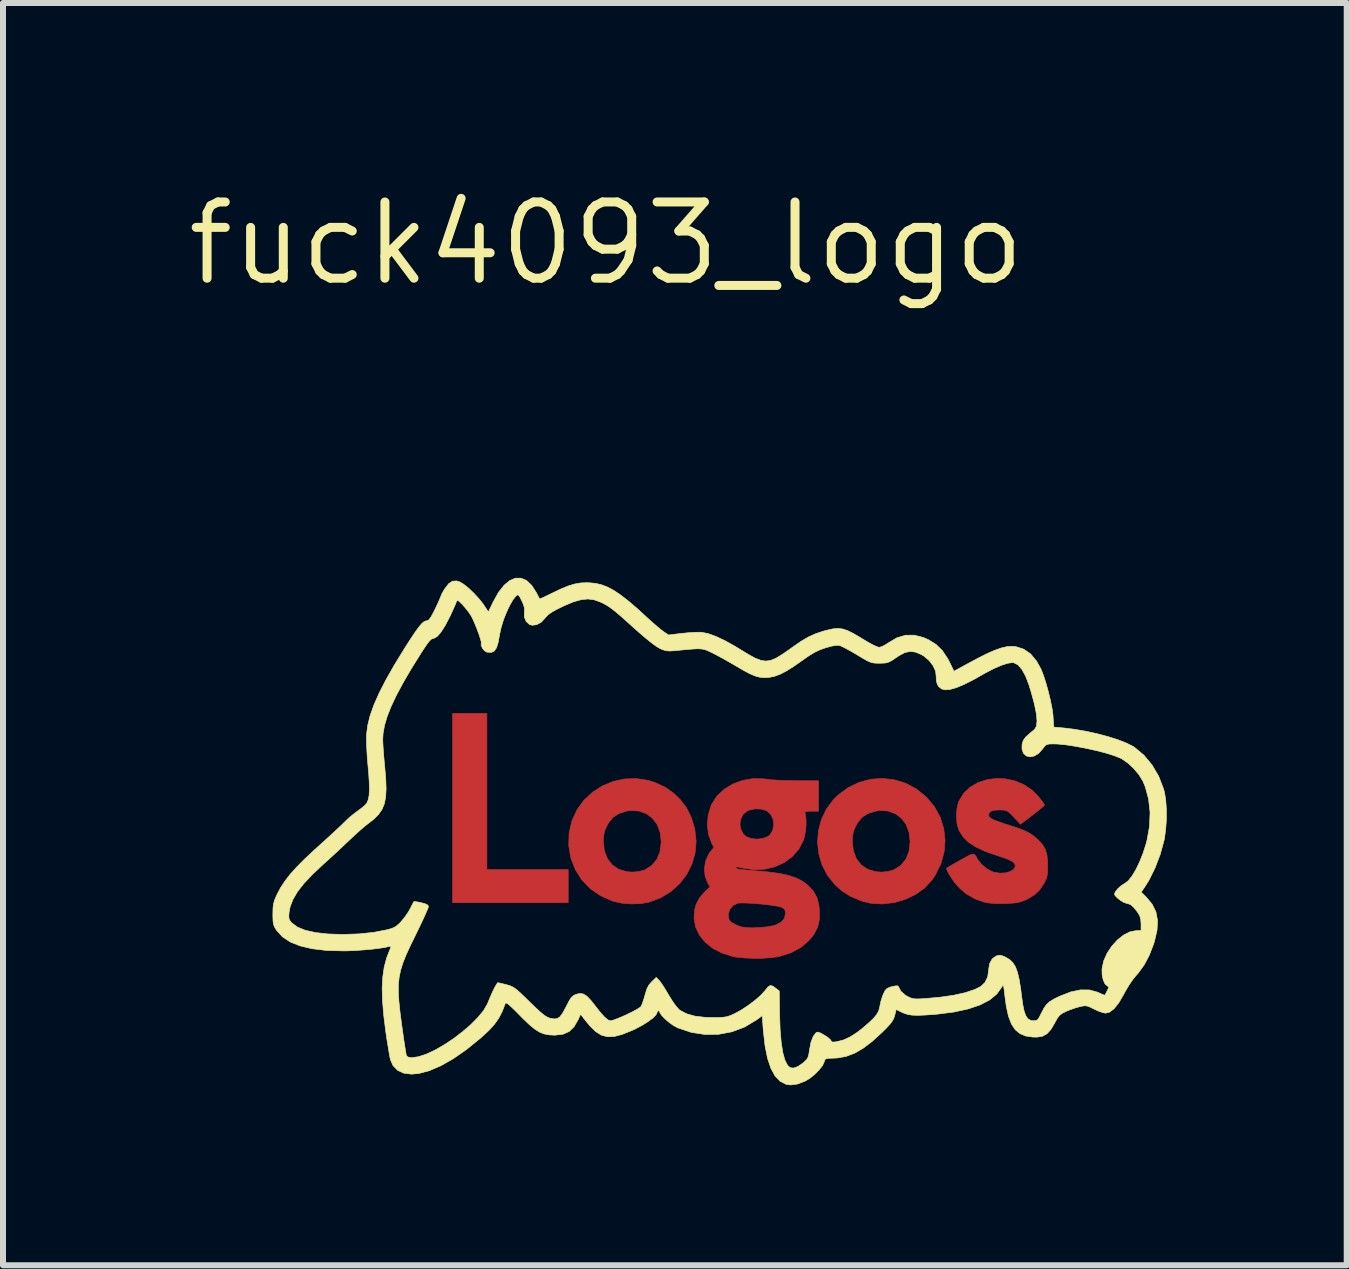
<source format=kicad_pcb>
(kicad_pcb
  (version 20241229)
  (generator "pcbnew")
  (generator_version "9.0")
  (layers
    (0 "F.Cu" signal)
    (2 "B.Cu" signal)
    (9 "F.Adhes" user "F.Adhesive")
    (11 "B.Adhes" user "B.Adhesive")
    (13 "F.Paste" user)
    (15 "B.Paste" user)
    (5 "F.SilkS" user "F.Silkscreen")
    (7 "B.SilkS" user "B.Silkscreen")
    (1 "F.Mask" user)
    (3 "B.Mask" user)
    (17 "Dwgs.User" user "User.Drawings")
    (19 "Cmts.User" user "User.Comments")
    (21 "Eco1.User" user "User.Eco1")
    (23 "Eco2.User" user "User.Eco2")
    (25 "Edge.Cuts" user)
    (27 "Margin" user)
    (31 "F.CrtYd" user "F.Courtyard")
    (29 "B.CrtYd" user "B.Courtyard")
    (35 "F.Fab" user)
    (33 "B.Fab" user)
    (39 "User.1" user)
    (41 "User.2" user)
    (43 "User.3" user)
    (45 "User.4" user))
  (footprint "fuck4093_logo"
    (layer "F.Cu")
    (at 7.053 1.006)
    (property "Reference" "fuck4093_logo" (at 0 0 0) (layer "F.SilkS") (effects (font (size 1.27 1.27) (thickness 0.15))))
    (attr through_hole)
    (fp_poly (pts (xy -1.99 10.435) (xy -0.635 10.435) (xy -0.635 10.986) (xy -2.561 10.986) (xy -2.561 7.832) (xy -1.99 7.832) (xy -1.99 10.435)) (stroke (width 0.01) (type solid)) (fill yes) (layer "F.Cu"))
    (fp_poly (pts (xy 4.8 8.938) (xy 4.991 8.997) (xy 5.17 9.093) (xy 5.333 9.226) (xy 5.336 9.228) (xy 5.469 9.388) (xy 5.565 9.564) (xy 5.623 9.753) (xy 5.645 9.948) (xy 5.628 10.145) (xy 5.574 10.34) (xy 5.481 10.528) (xy 5.427 10.607) (xy 5.305 10.74) (xy 5.154 10.848) (xy 4.981 10.931) (xy 4.796 10.984) (xy 4.604 11.007) (xy 4.415 10.997) (xy 4.255 10.958) (xy 4.077 10.884) (xy 3.927 10.79) (xy 3.814 10.689) (xy 3.687 10.532) (xy 3.596 10.358) (xy 3.541 10.172) (xy 3.52 9.98) (xy 3.521 9.968) (xy 4.099 9.968) (xy 4.118 10.124) (xy 4.168 10.254) (xy 4.248 10.357) (xy 4.356 10.43) (xy 4.488 10.469) (xy 4.583 10.477) (xy 4.697 10.466) (xy 4.792 10.438) (xy 4.794 10.437) (xy 4.91 10.363) (xy 4.993 10.261) (xy 5.044 10.132) (xy 5.062 9.976) (xy 5.063 9.964) (xy 5.045 9.813) (xy 4.996 9.683) (xy 4.918 9.578) (xy 4.817 9.502) (xy 4.696 9.458) (xy 4.559 9.449) (xy 4.484 9.46) (xy 4.355 9.502) (xy 4.257 9.567) (xy 4.181 9.663) (xy 4.157 9.708) (xy 4.12 9.795) (xy 4.103 9.876) (xy 4.099 9.968) (xy 3.521 9.968) (xy 3.535 9.788) (xy 3.584 9.602) (xy 3.668 9.426) (xy 3.787 9.266) (xy 3.859 9.195) (xy 4.029 9.069) (xy 4.213 8.981) (xy 4.406 8.929) (xy 4.603 8.915) (xy 4.8 8.938)) (stroke (width 0.01) (type solid)) (fill yes) (layer "F.Cu"))
    (fp_poly (pts (xy 0.701 8.948) (xy 0.812 8.984) (xy 0.981 9.062) (xy 1.124 9.163) (xy 1.235 9.271) (xy 1.339 9.409) (xy 1.416 9.564) (xy 1.471 9.746) (xy 1.475 9.765) (xy 1.497 9.962) (xy 1.48 10.156) (xy 1.427 10.342) (xy 1.34 10.514) (xy 1.222 10.668) (xy 1.077 10.799) (xy 0.907 10.904) (xy 0.715 10.976) (xy 0.709 10.978) (xy 0.573 11.001) (xy 0.418 11.006) (xy 0.262 10.994) (xy 0.125 10.965) (xy 0.106 10.958) (xy -0.096 10.87) (xy -0.268 10.751) (xy -0.409 10.605) (xy -0.516 10.434) (xy -0.592 10.237) (xy -0.626 10.033) (xy -0.624 9.968) (xy -0.05 9.968) (xy -0.031 10.124) (xy 0.02 10.254) (xy 0.1 10.357) (xy 0.207 10.43) (xy 0.339 10.469) (xy 0.434 10.477) (xy 0.548 10.466) (xy 0.644 10.438) (xy 0.646 10.437) (xy 0.761 10.363) (xy 0.845 10.26) (xy 0.896 10.131) (xy 0.915 9.974) (xy 0.915 9.966) (xy 0.898 9.816) (xy 0.849 9.686) (xy 0.772 9.581) (xy 0.671 9.504) (xy 0.55 9.459) (xy 0.414 9.449) (xy 0.335 9.46) (xy 0.206 9.502) (xy 0.108 9.567) (xy 0.033 9.663) (xy 0.008 9.708) (xy -0.029 9.795) (xy -0.046 9.876) (xy -0.05 9.968) (xy -0.624 9.968) (xy -0.62 9.826) (xy -0.572 9.621) (xy -0.57 9.617) (xy -0.487 9.436) (xy -0.371 9.277) (xy -0.229 9.145) (xy -0.066 9.04) (xy 0.114 8.966) (xy 0.305 8.924) (xy 0.502 8.918) (xy 0.701 8.948)) (stroke (width 0.01) (type solid)) (fill yes) (layer "F.Cu"))
    (fp_poly (pts (xy 6.65 8.922) (xy 6.807 8.956) (xy 6.956 9.018) (xy 7.092 9.108) (xy 7.202 9.219) (xy 7.25 9.28) (xy 7.286 9.329) (xy 7.302 9.356) (xy 7.303 9.358) (xy 7.287 9.376) (xy 7.243 9.414) (xy 7.179 9.465) (xy 7.102 9.526) (xy 6.902 9.678) (xy 6.789 9.559) (xy 6.731 9.5) (xy 6.69 9.464) (xy 6.652 9.447) (xy 6.604 9.441) (xy 6.549 9.44) (xy 6.457 9.446) (xy 6.401 9.466) (xy 6.374 9.502) (xy 6.371 9.529) (xy 6.379 9.554) (xy 6.405 9.579) (xy 6.455 9.606) (xy 6.533 9.636) (xy 6.645 9.674) (xy 6.71 9.694) (xy 6.848 9.739) (xy 6.955 9.779) (xy 7.038 9.819) (xy 7.108 9.864) (xy 7.174 9.918) (xy 7.178 9.921) (xy 7.259 10.005) (xy 7.312 10.089) (xy 7.342 10.186) (xy 7.354 10.307) (xy 7.355 10.361) (xy 7.354 10.457) (xy 7.348 10.525) (xy 7.334 10.579) (xy 7.309 10.634) (xy 7.293 10.664) (xy 7.224 10.769) (xy 7.141 10.85) (xy 7.032 10.917) (xy 6.985 10.94) (xy 6.923 10.965) (xy 6.862 10.982) (xy 6.789 10.992) (xy 6.692 10.998) (xy 6.636 11) (xy 6.477 11) (xy 6.355 10.989) (xy 6.292 10.975) (xy 6.135 10.918) (xy 6 10.839) (xy 5.893 10.749) (xy 5.842 10.694) (xy 5.788 10.627) (xy 5.739 10.556) (xy 5.7 10.49) (xy 5.675 10.439) (xy 5.672 10.41) (xy 5.673 10.408) (xy 5.695 10.395) (xy 5.745 10.365) (xy 5.818 10.324) (xy 5.902 10.276) (xy 5.996 10.224) (xy 6.061 10.19) (xy 6.104 10.177) (xy 6.134 10.183) (xy 6.157 10.208) (xy 6.182 10.251) (xy 6.191 10.268) (xy 6.252 10.347) (xy 6.338 10.419) (xy 6.432 10.469) (xy 6.461 10.479) (xy 6.558 10.494) (xy 6.651 10.489) (xy 6.73 10.467) (xy 6.788 10.43) (xy 6.815 10.381) (xy 6.816 10.37) (xy 6.805 10.335) (xy 6.771 10.303) (xy 6.708 10.269) (xy 6.611 10.232) (xy 6.509 10.199) (xy 6.314 10.131) (xy 6.157 10.058) (xy 6.035 9.978) (xy 5.944 9.887) (xy 5.879 9.783) (xy 5.869 9.761) (xy 5.843 9.664) (xy 5.835 9.547) (xy 5.842 9.426) (xy 5.866 9.32) (xy 5.877 9.291) (xy 5.956 9.163) (xy 6.063 9.061) (xy 6.192 8.986) (xy 6.337 8.938) (xy 6.491 8.916) (xy 6.65 8.922)) (stroke (width 0.01) (type solid)) (fill yes) (layer "F.Cu"))
    (fp_poly (pts (xy 2.624 8.922) (xy 2.669 8.928) (xy 2.741 8.937) (xy 2.845 8.944) (xy 2.969 8.95) (xy 3.101 8.953) (xy 3.175 8.954) (xy 3.535 8.954) (xy 3.535 9.461) (xy 3.417 9.461) (xy 3.35 9.463) (xy 3.317 9.469) (xy 3.309 9.484) (xy 3.315 9.509) (xy 3.328 9.587) (xy 3.329 9.689) (xy 3.318 9.799) (xy 3.298 9.902) (xy 3.283 9.95) (xy 3.206 10.096) (xy 3.098 10.219) (xy 2.964 10.317) (xy 2.809 10.387) (xy 2.64 10.428) (xy 2.461 10.436) (xy 2.278 10.409) (xy 2.269 10.407) (xy 2.209 10.394) (xy 2.169 10.39) (xy 2.159 10.395) (xy 2.163 10.408) (xy 2.177 10.419) (xy 2.209 10.427) (xy 2.263 10.435) (xy 2.346 10.443) (xy 2.464 10.453) (xy 2.509 10.456) (xy 2.72 10.476) (xy 2.893 10.5) (xy 3.037 10.531) (xy 3.155 10.57) (xy 3.254 10.619) (xy 3.34 10.68) (xy 3.365 10.702) (xy 3.453 10.797) (xy 3.51 10.9) (xy 3.542 11.024) (xy 3.551 11.115) (xy 3.55 11.267) (xy 3.522 11.394) (xy 3.463 11.509) (xy 3.383 11.61) (xy 3.246 11.729) (xy 3.078 11.82) (xy 2.882 11.882) (xy 2.868 11.885) (xy 2.747 11.902) (xy 2.6 11.912) (xy 2.443 11.913) (xy 2.291 11.906) (xy 2.159 11.892) (xy 2.117 11.884) (xy 1.934 11.828) (xy 1.777 11.748) (xy 1.649 11.646) (xy 1.552 11.527) (xy 1.489 11.393) (xy 1.462 11.249) (xy 1.467 11.182) (xy 2.032 11.182) (xy 2.045 11.269) (xy 2.045 11.27) (xy 2.077 11.307) (xy 2.137 11.345) (xy 2.215 11.378) (xy 2.254 11.39) (xy 2.333 11.402) (xy 2.438 11.405) (xy 2.555 11.4) (xy 2.671 11.389) (xy 2.771 11.372) (xy 2.84 11.351) (xy 2.921 11.304) (xy 2.967 11.249) (xy 2.984 11.175) (xy 2.985 11.155) (xy 2.977 11.107) (xy 2.948 11.076) (xy 2.912 11.059) (xy 2.863 11.046) (xy 2.781 11.032) (xy 2.679 11.019) (xy 2.565 11.007) (xy 2.45 10.998) (xy 2.344 10.992) (xy 2.256 10.99) (xy 2.199 10.993) (xy 2.19 10.994) (xy 2.11 11.034) (xy 2.056 11.1) (xy 2.032 11.182) (xy 1.467 11.182) (xy 1.474 11.097) (xy 1.496 11.016) (xy 1.552 10.908) (xy 1.629 10.817) (xy 1.728 10.721) (xy 1.689 10.656) (xy 1.646 10.542) (xy 1.635 10.415) (xy 1.656 10.289) (xy 1.707 10.175) (xy 1.735 10.136) (xy 1.794 10.066) (xy 1.754 9.99) (xy 1.702 9.848) (xy 1.684 9.69) (xy 1.685 9.677) (xy 2.227 9.677) (xy 2.242 9.765) (xy 2.284 9.843) (xy 2.335 9.887) (xy 2.414 9.917) (xy 2.509 9.927) (xy 2.606 9.916) (xy 2.687 9.886) (xy 2.723 9.86) (xy 2.772 9.784) (xy 2.791 9.694) (xy 2.781 9.602) (xy 2.743 9.519) (xy 2.68 9.458) (xy 2.668 9.451) (xy 2.578 9.425) (xy 2.474 9.423) (xy 2.374 9.445) (xy 2.349 9.456) (xy 2.282 9.511) (xy 2.241 9.589) (xy 2.227 9.677) (xy 1.685 9.677) (xy 1.698 9.527) (xy 1.745 9.371) (xy 1.759 9.341) (xy 1.846 9.207) (xy 1.965 9.095) (xy 2.109 9.008) (xy 2.271 8.948) (xy 2.445 8.918) (xy 2.624 8.922)) (stroke (width 0.01) (type solid)) (fill yes) (layer "F.Cu"))
    (fp_poly (pts (xy -1.99 10.435) (xy -0.635 10.435) (xy -0.635 10.986) (xy -2.561 10.986) (xy -2.561 7.832) (xy -1.99 7.832) (xy -1.99 10.435)) (stroke (width 0.01) (type solid)) (fill yes) (layer "F.Mask"))
    (fp_poly (pts (xy 4.8 8.938) (xy 4.991 8.997) (xy 5.17 9.093) (xy 5.333 9.226) (xy 5.336 9.228) (xy 5.469 9.388) (xy 5.565 9.564) (xy 5.623 9.753) (xy 5.645 9.948) (xy 5.628 10.145) (xy 5.574 10.34) (xy 5.481 10.528) (xy 5.427 10.607) (xy 5.305 10.74) (xy 5.154 10.848) (xy 4.981 10.931) (xy 4.796 10.984) (xy 4.604 11.007) (xy 4.415 10.997) (xy 4.255 10.958) (xy 4.077 10.884) (xy 3.927 10.79) (xy 3.814 10.689) (xy 3.687 10.532) (xy 3.596 10.358) (xy 3.541 10.172) (xy 3.52 9.98) (xy 3.521 9.968) (xy 4.099 9.968) (xy 4.118 10.124) (xy 4.168 10.254) (xy 4.248 10.357) (xy 4.356 10.43) (xy 4.488 10.469) (xy 4.583 10.477) (xy 4.697 10.466) (xy 4.792 10.438) (xy 4.794 10.437) (xy 4.91 10.363) (xy 4.993 10.261) (xy 5.044 10.132) (xy 5.062 9.976) (xy 5.063 9.964) (xy 5.045 9.813) (xy 4.996 9.683) (xy 4.918 9.578) (xy 4.817 9.502) (xy 4.696 9.458) (xy 4.559 9.449) (xy 4.484 9.46) (xy 4.355 9.502) (xy 4.257 9.567) (xy 4.181 9.663) (xy 4.157 9.708) (xy 4.12 9.795) (xy 4.103 9.876) (xy 4.099 9.968) (xy 3.521 9.968) (xy 3.535 9.788) (xy 3.584 9.602) (xy 3.668 9.426) (xy 3.787 9.266) (xy 3.859 9.195) (xy 4.029 9.069) (xy 4.213 8.981) (xy 4.406 8.929) (xy 4.603 8.915) (xy 4.8 8.938)) (stroke (width 0.01) (type solid)) (fill yes) (layer "F.Mask"))
    (fp_poly (pts (xy 0.701 8.948) (xy 0.812 8.984) (xy 0.981 9.062) (xy 1.124 9.163) (xy 1.235 9.271) (xy 1.339 9.409) (xy 1.416 9.564) (xy 1.471 9.746) (xy 1.475 9.765) (xy 1.497 9.962) (xy 1.48 10.156) (xy 1.427 10.342) (xy 1.34 10.514) (xy 1.222 10.668) (xy 1.077 10.799) (xy 0.907 10.904) (xy 0.715 10.976) (xy 0.709 10.978) (xy 0.573 11.001) (xy 0.418 11.006) (xy 0.262 10.994) (xy 0.125 10.965) (xy 0.106 10.958) (xy -0.096 10.87) (xy -0.268 10.751) (xy -0.409 10.605) (xy -0.516 10.434) (xy -0.592 10.237) (xy -0.626 10.033) (xy -0.624 9.968) (xy -0.05 9.968) (xy -0.031 10.124) (xy 0.02 10.254) (xy 0.1 10.357) (xy 0.207 10.43) (xy 0.339 10.469) (xy 0.434 10.477) (xy 0.548 10.466) (xy 0.644 10.438) (xy 0.646 10.437) (xy 0.761 10.363) (xy 0.845 10.26) (xy 0.896 10.131) (xy 0.915 9.974) (xy 0.915 9.966) (xy 0.898 9.816) (xy 0.849 9.686) (xy 0.772 9.581) (xy 0.671 9.504) (xy 0.55 9.459) (xy 0.414 9.449) (xy 0.335 9.46) (xy 0.206 9.502) (xy 0.108 9.567) (xy 0.033 9.663) (xy 0.008 9.708) (xy -0.029 9.795) (xy -0.046 9.876) (xy -0.05 9.968) (xy -0.624 9.968) (xy -0.62 9.826) (xy -0.572 9.621) (xy -0.57 9.617) (xy -0.487 9.436) (xy -0.371 9.277) (xy -0.229 9.145) (xy -0.066 9.04) (xy 0.114 8.966) (xy 0.305 8.924) (xy 0.502 8.918) (xy 0.701 8.948)) (stroke (width 0.01) (type solid)) (fill yes) (layer "F.Mask"))
    (fp_poly (pts (xy 6.65 8.922) (xy 6.807 8.956) (xy 6.956 9.018) (xy 7.092 9.108) (xy 7.202 9.219) (xy 7.25 9.28) (xy 7.286 9.329) (xy 7.302 9.356) (xy 7.303 9.358) (xy 7.287 9.376) (xy 7.243 9.414) (xy 7.179 9.465) (xy 7.102 9.526) (xy 6.902 9.678) (xy 6.789 9.559) (xy 6.731 9.5) (xy 6.69 9.464) (xy 6.652 9.447) (xy 6.604 9.441) (xy 6.549 9.44) (xy 6.457 9.446) (xy 6.401 9.466) (xy 6.374 9.502) (xy 6.371 9.529) (xy 6.379 9.554) (xy 6.405 9.579) (xy 6.455 9.606) (xy 6.533 9.636) (xy 6.645 9.674) (xy 6.71 9.694) (xy 6.848 9.739) (xy 6.955 9.779) (xy 7.038 9.819) (xy 7.108 9.864) (xy 7.174 9.918) (xy 7.178 9.921) (xy 7.259 10.005) (xy 7.312 10.089) (xy 7.342 10.186) (xy 7.354 10.307) (xy 7.355 10.361) (xy 7.354 10.457) (xy 7.348 10.525) (xy 7.334 10.579) (xy 7.309 10.634) (xy 7.293 10.664) (xy 7.224 10.769) (xy 7.141 10.85) (xy 7.032 10.917) (xy 6.985 10.94) (xy 6.923 10.965) (xy 6.862 10.982) (xy 6.789 10.992) (xy 6.692 10.998) (xy 6.636 11) (xy 6.477 11) (xy 6.355 10.989) (xy 6.292 10.975) (xy 6.135 10.918) (xy 6 10.839) (xy 5.893 10.749) (xy 5.842 10.694) (xy 5.788 10.627) (xy 5.739 10.556) (xy 5.7 10.49) (xy 5.675 10.439) (xy 5.672 10.41) (xy 5.673 10.408) (xy 5.695 10.395) (xy 5.745 10.365) (xy 5.818 10.324) (xy 5.902 10.276) (xy 5.996 10.224) (xy 6.061 10.19) (xy 6.104 10.177) (xy 6.134 10.183) (xy 6.157 10.208) (xy 6.182 10.251) (xy 6.191 10.268) (xy 6.252 10.347) (xy 6.338 10.419) (xy 6.432 10.469) (xy 6.461 10.479) (xy 6.558 10.494) (xy 6.651 10.489) (xy 6.73 10.467) (xy 6.788 10.43) (xy 6.815 10.381) (xy 6.816 10.37) (xy 6.805 10.335) (xy 6.771 10.303) (xy 6.708 10.269) (xy 6.611 10.232) (xy 6.509 10.199) (xy 6.314 10.131) (xy 6.157 10.058) (xy 6.035 9.978) (xy 5.944 9.887) (xy 5.879 9.783) (xy 5.869 9.761) (xy 5.843 9.664) (xy 5.835 9.547) (xy 5.842 9.426) (xy 5.866 9.32) (xy 5.877 9.291) (xy 5.956 9.163) (xy 6.063 9.061) (xy 6.192 8.986) (xy 6.337 8.938) (xy 6.491 8.916) (xy 6.65 8.922)) (stroke (width 0.01) (type solid)) (fill yes) (layer "F.Mask"))
    (fp_poly (pts (xy 2.624 8.922) (xy 2.669 8.928) (xy 2.741 8.937) (xy 2.845 8.944) (xy 2.969 8.95) (xy 3.101 8.953) (xy 3.175 8.954) (xy 3.535 8.954) (xy 3.535 9.461) (xy 3.417 9.461) (xy 3.35 9.463) (xy 3.317 9.469) (xy 3.309 9.484) (xy 3.315 9.509) (xy 3.328 9.587) (xy 3.329 9.689) (xy 3.318 9.799) (xy 3.298 9.902) (xy 3.283 9.95) (xy 3.206 10.096) (xy 3.098 10.219) (xy 2.964 10.317) (xy 2.809 10.387) (xy 2.64 10.428) (xy 2.461 10.436) (xy 2.278 10.409) (xy 2.269 10.407) (xy 2.209 10.394) (xy 2.169 10.39) (xy 2.159 10.395) (xy 2.163 10.408) (xy 2.177 10.419) (xy 2.209 10.427) (xy 2.263 10.435) (xy 2.346 10.443) (xy 2.464 10.453) (xy 2.509 10.456) (xy 2.72 10.476) (xy 2.893 10.5) (xy 3.037 10.531) (xy 3.155 10.57) (xy 3.254 10.619) (xy 3.34 10.68) (xy 3.365 10.702) (xy 3.453 10.797) (xy 3.51 10.9) (xy 3.542 11.024) (xy 3.551 11.115) (xy 3.55 11.267) (xy 3.522 11.394) (xy 3.463 11.509) (xy 3.383 11.61) (xy 3.246 11.729) (xy 3.078 11.82) (xy 2.882 11.882) (xy 2.868 11.885) (xy 2.747 11.902) (xy 2.6 11.912) (xy 2.443 11.913) (xy 2.291 11.906) (xy 2.159 11.892) (xy 2.117 11.884) (xy 1.934 11.828) (xy 1.777 11.748) (xy 1.649 11.646) (xy 1.552 11.527) (xy 1.489 11.393) (xy 1.462 11.249) (xy 1.467 11.182) (xy 2.032 11.182) (xy 2.045 11.269) (xy 2.045 11.27) (xy 2.077 11.307) (xy 2.137 11.345) (xy 2.215 11.378) (xy 2.254 11.39) (xy 2.333 11.402) (xy 2.438 11.405) (xy 2.555 11.4) (xy 2.671 11.389) (xy 2.771 11.372) (xy 2.84 11.351) (xy 2.921 11.304) (xy 2.967 11.249) (xy 2.984 11.175) (xy 2.985 11.155) (xy 2.977 11.107) (xy 2.948 11.076) (xy 2.912 11.059) (xy 2.863 11.046) (xy 2.781 11.032) (xy 2.679 11.019) (xy 2.565 11.007) (xy 2.45 10.998) (xy 2.344 10.992) (xy 2.256 10.99) (xy 2.199 10.993) (xy 2.19 10.994) (xy 2.11 11.034) (xy 2.056 11.1) (xy 2.032 11.182) (xy 1.467 11.182) (xy 1.474 11.097) (xy 1.496 11.016) (xy 1.552 10.908) (xy 1.629 10.817) (xy 1.728 10.721) (xy 1.689 10.656) (xy 1.646 10.542) (xy 1.635 10.415) (xy 1.656 10.289) (xy 1.707 10.175) (xy 1.735 10.136) (xy 1.794 10.066) (xy 1.754 9.99) (xy 1.702 9.848) (xy 1.684 9.69) (xy 1.685 9.677) (xy 2.227 9.677) (xy 2.242 9.765) (xy 2.284 9.843) (xy 2.335 9.887) (xy 2.414 9.917) (xy 2.509 9.927) (xy 2.606 9.916) (xy 2.687 9.886) (xy 2.723 9.86) (xy 2.772 9.784) (xy 2.791 9.694) (xy 2.781 9.602) (xy 2.743 9.519) (xy 2.68 9.458) (xy 2.668 9.451) (xy 2.578 9.425) (xy 2.474 9.423) (xy 2.374 9.445) (xy 2.349 9.456) (xy 2.282 9.511) (xy 2.241 9.589) (xy 2.227 9.677) (xy 1.685 9.677) (xy 1.698 9.527) (xy 1.745 9.371) (xy 1.759 9.341) (xy 1.846 9.207) (xy 1.965 9.095) (xy 2.109 9.008) (xy 2.271 8.948) (xy 2.445 8.918) (xy 2.624 8.922)) (stroke (width 0.01) (type solid)) (fill yes) (layer "F.Mask"))
    (fp_poly (pts (xy -1.419 5.578) (xy -1.328 5.618) (xy -1.243 5.698) (xy -1.165 5.82) (xy -1.161 5.829) (xy -1.133 5.882) (xy -1.115 5.917) (xy -1.111 5.923) (xy -1.091 5.917) (xy -1.041 5.895) (xy -0.971 5.861) (xy -0.915 5.834) (xy -0.763 5.761) (xy -0.638 5.709) (xy -0.529 5.676) (xy -0.427 5.658) (xy -0.324 5.654) (xy -0.285 5.655) (xy -0.182 5.665) (xy -0.083 5.687) (xy 0.016 5.724) (xy 0.12 5.779) (xy 0.234 5.855) (xy 0.362 5.954) (xy 0.509 6.079) (xy 0.677 6.233) (xy 0.761 6.309) (xy 0.842 6.379) (xy 0.911 6.436) (xy 0.958 6.472) (xy 0.958 6.472) (xy 1.038 6.525) (xy 1.257 6.498) (xy 1.365 6.488) (xy 1.47 6.481) (xy 1.559 6.479) (xy 1.593 6.481) (xy 1.697 6.502) (xy 1.827 6.549) (xy 1.978 6.62) (xy 2.145 6.713) (xy 2.233 6.767) (xy 2.369 6.85) (xy 2.48 6.911) (xy 2.573 6.947) (xy 2.656 6.96) (xy 2.738 6.949) (xy 2.826 6.913) (xy 2.929 6.851) (xy 3.053 6.765) (xy 3.111 6.723) (xy 3.247 6.629) (xy 3.368 6.558) (xy 3.488 6.504) (xy 3.62 6.46) (xy 3.682 6.444) (xy 3.776 6.423) (xy 3.857 6.415) (xy 3.934 6.424) (xy 4.016 6.45) (xy 4.112 6.497) (xy 4.23 6.566) (xy 4.274 6.593) (xy 4.364 6.647) (xy 4.445 6.691) (xy 4.509 6.72) (xy 4.546 6.731) (xy 4.591 6.719) (xy 4.653 6.687) (xy 4.7 6.656) (xy 4.842 6.572) (xy 4.985 6.529) (xy 5.131 6.528) (xy 5.285 6.567) (xy 5.368 6.604) (xy 5.494 6.682) (xy 5.599 6.784) (xy 5.689 6.919) (xy 5.725 6.988) (xy 5.793 7.129) (xy 6.003 7.014) (xy 6.188 6.915) (xy 6.342 6.837) (xy 6.472 6.78) (xy 6.58 6.742) (xy 6.673 6.72) (xy 6.755 6.714) (xy 6.824 6.719) (xy 6.955 6.761) (xy 7.07 6.84) (xy 7.169 6.959) (xy 7.245 7.096) (xy 7.285 7.199) (xy 7.327 7.329) (xy 7.367 7.474) (xy 7.402 7.62) (xy 7.429 7.755) (xy 7.444 7.865) (xy 7.444 7.877) (xy 7.457 8.06) (xy 7.618 8.074) (xy 7.798 8.096) (xy 7.986 8.128) (xy 8.175 8.169) (xy 8.356 8.217) (xy 8.521 8.269) (xy 8.663 8.324) (xy 8.773 8.379) (xy 8.802 8.397) (xy 8.959 8.529) (xy 9.095 8.692) (xy 9.205 8.88) (xy 9.284 9.084) (xy 9.301 9.145) (xy 9.322 9.275) (xy 9.333 9.432) (xy 9.333 9.601) (xy 9.321 9.768) (xy 9.3 9.92) (xy 9.294 9.948) (xy 9.23 10.182) (xy 9.144 10.407) (xy 9.043 10.611) (xy 8.973 10.723) (xy 8.913 10.81) (xy 8.997 10.892) (xy 9.096 11.011) (xy 9.159 11.14) (xy 9.186 11.285) (xy 9.177 11.447) (xy 9.134 11.63) (xy 9.122 11.67) (xy 9.048 11.862) (xy 8.964 12.021) (xy 8.865 12.158) (xy 8.825 12.203) (xy 8.771 12.27) (xy 8.71 12.36) (xy 8.651 12.459) (xy 8.627 12.504) (xy 8.544 12.648) (xy 8.464 12.75) (xy 8.388 12.809) (xy 8.321 12.827) (xy 8.271 12.817) (xy 8.201 12.792) (xy 8.131 12.76) (xy 8.06 12.725) (xy 8.01 12.707) (xy 7.967 12.704) (xy 7.913 12.713) (xy 7.891 12.718) (xy 7.807 12.742) (xy 7.713 12.776) (xy 7.664 12.796) (xy 7.6 12.828) (xy 7.556 12.861) (xy 7.519 12.906) (xy 7.479 12.977) (xy 7.472 12.991) (xy 7.408 13.099) (xy 7.343 13.17) (xy 7.269 13.211) (xy 7.178 13.226) (xy 7.11 13.225) (xy 6.99 13.208) (xy 6.892 13.167) (xy 6.813 13.101) (xy 6.75 13.005) (xy 6.701 12.876) (xy 6.665 12.712) (xy 6.644 12.559) (xy 6.633 12.461) (xy 6.624 12.399) (xy 6.616 12.369) (xy 6.607 12.365) (xy 6.595 12.381) (xy 6.588 12.396) (xy 6.506 12.509) (xy 6.386 12.608) (xy 6.227 12.69) (xy 6.028 12.757) (xy 5.792 12.808) (xy 5.517 12.843) (xy 5.45 12.849) (xy 5.302 12.859) (xy 5.187 12.863) (xy 5.098 12.86) (xy 5.027 12.849) (xy 4.965 12.83) (xy 4.909 12.805) (xy 4.831 12.765) (xy 4.806 12.865) (xy 4.79 12.914) (xy 4.765 12.96) (xy 4.725 13.013) (xy 4.664 13.079) (xy 4.597 13.145) (xy 4.433 13.295) (xy 4.281 13.411) (xy 4.138 13.494) (xy 3.997 13.547) (xy 3.853 13.573) (xy 3.775 13.577) (xy 3.703 13.579) (xy 3.662 13.586) (xy 3.643 13.602) (xy 3.633 13.632) (xy 3.632 13.637) (xy 3.605 13.696) (xy 3.551 13.767) (xy 3.48 13.84) (xy 3.4 13.906) (xy 3.32 13.956) (xy 3.315 13.958) (xy 3.182 14.009) (xy 3.067 14.023) (xy 2.994 14.012) (xy 2.896 13.961) (xy 2.812 13.873) (xy 2.743 13.746) (xy 2.687 13.58) (xy 2.646 13.376) (xy 2.618 13.131) (xy 2.613 13.075) (xy 2.599 12.869) (xy 2.501 12.94) (xy 2.305 13.058) (xy 2.094 13.137) (xy 1.872 13.179) (xy 1.645 13.182) (xy 1.417 13.147) (xy 1.193 13.072) (xy 1.179 13.065) (xy 1.112 13.028) (xy 1.041 12.976) (xy 0.975 12.919) (xy 0.922 12.863) (xy 0.892 12.818) (xy 0.889 12.803) (xy 0.873 12.785) (xy 0.868 12.785) (xy 0.849 12.802) (xy 0.847 12.815) (xy 0.828 12.855) (xy 0.777 12.907) (xy 0.698 12.966) (xy 0.599 13.028) (xy 0.485 13.089) (xy 0.428 13.115) (xy 0.269 13.179) (xy 0.136 13.215) (xy 0.022 13.22) (xy -0.08 13.194) (xy -0.175 13.135) (xy -0.27 13.043) (xy -0.329 12.972) (xy -0.429 12.845) (xy -0.47 12.937) (xy -0.537 13.053) (xy -0.619 13.133) (xy -0.722 13.178) (xy -0.852 13.193) (xy -0.868 13.193) (xy -0.96 13.188) (xy -1.04 13.172) (xy -1.116 13.141) (xy -1.194 13.091) (xy -1.282 13.018) (xy -1.387 12.918) (xy -1.437 12.867) (xy -1.526 12.777) (xy -1.591 12.715) (xy -1.635 12.676) (xy -1.663 12.659) (xy -1.678 12.66) (xy -1.685 12.67) (xy -1.735 12.8) (xy -1.793 12.912) (xy -1.866 13.015) (xy -1.96 13.118) (xy -2.083 13.231) (xy -2.107 13.252) (xy -2.334 13.436) (xy -2.551 13.586) (xy -2.757 13.703) (xy -2.948 13.785) (xy -3.124 13.832) (xy -3.245 13.843) (xy -3.375 13.827) (xy -3.478 13.779) (xy -3.554 13.7) (xy -3.594 13.61) (xy -3.605 13.566) (xy -3.619 13.488) (xy -3.636 13.384) (xy -3.656 13.263) (xy -3.675 13.134) (xy -3.709 12.86) (xy -3.729 12.62) (xy -3.735 12.411) (xy -3.725 12.226) (xy -3.701 12.06) (xy -3.661 11.909) (xy -3.619 11.8) (xy -3.596 11.743) (xy -3.59 11.716) (xy -3.6 11.71) (xy -3.615 11.714) (xy -3.686 11.731) (xy -3.79 11.747) (xy -3.917 11.762) (xy -4.057 11.774) (xy -4.2 11.784) (xy -4.336 11.789) (xy -4.395 11.789) (xy -4.667 11.781) (xy -4.903 11.753) (xy -5.102 11.706) (xy -5.266 11.641) (xy -5.396 11.555) (xy -5.493 11.449) (xy -5.496 11.444) (xy -5.526 11.396) (xy -5.544 11.351) (xy -5.553 11.296) (xy -5.556 11.217) (xy -5.556 11.216) (xy -5.291 11.216) (xy -5.285 11.261) (xy -5.263 11.298) (xy -5.238 11.325) (xy -5.146 11.393) (xy -5.015 11.446) (xy -4.845 11.484) (xy -4.638 11.507) (xy -4.395 11.515) (xy -4.124 11.506) (xy -3.879 11.481) (xy -3.658 11.438) (xy -3.573 11.415) (xy -3.513 11.386) (xy -3.459 11.342) (xy -3.421 11.304) (xy -3.359 11.228) (xy -3.299 11.141) (xy -3.269 11.089) (xy -3.238 11.027) (xy -3.215 10.983) (xy -3.206 10.968) (xy -3.184 10.968) (xy -3.132 10.976) (xy -3.081 10.987) (xy -3.01 11.007) (xy -2.973 11.028) (xy -2.963 11.051) (xy -2.972 11.08) (xy -2.998 11.14) (xy -3.037 11.228) (xy -3.087 11.335) (xy -3.146 11.458) (xy -3.186 11.54) (xy -3.269 11.71) (xy -3.336 11.856) (xy -3.388 11.986) (xy -3.426 12.106) (xy -3.451 12.224) (xy -3.464 12.345) (xy -3.465 12.478) (xy -3.456 12.628) (xy -3.438 12.803) (xy -3.411 13.009) (xy -3.395 13.123) (xy -3.378 13.246) (xy -3.361 13.356) (xy -3.347 13.445) (xy -3.337 13.507) (xy -3.332 13.531) (xy -3.309 13.557) (xy -3.257 13.567) (xy -3.238 13.568) (xy -3.127 13.552) (xy -2.995 13.508) (xy -2.85 13.44) (xy -2.698 13.352) (xy -2.544 13.25) (xy -2.396 13.137) (xy -2.259 13.019) (xy -2.141 12.9) (xy -2.046 12.785) (xy -1.983 12.677) (xy -1.972 12.652) (xy -1.938 12.568) (xy -1.901 12.484) (xy -1.865 12.409) (xy -1.833 12.352) (xy -1.812 12.322) (xy -1.807 12.319) (xy -1.782 12.324) (xy -1.727 12.337) (xy -1.665 12.352) (xy -1.615 12.366) (xy -1.573 12.383) (xy -1.531 12.407) (xy -1.483 12.444) (xy -1.423 12.498) (xy -1.344 12.574) (xy -1.281 12.636) (xy -1.179 12.735) (xy -1.1 12.807) (xy -1.04 12.857) (xy -0.991 12.889) (xy -0.95 12.907) (xy -0.939 12.91) (xy -0.871 12.923) (xy -0.818 12.917) (xy -0.773 12.888) (xy -0.729 12.829) (xy -0.679 12.737) (xy -0.67 12.721) (xy -0.626 12.634) (xy -0.591 12.577) (xy -0.558 12.542) (xy -0.522 12.52) (xy -0.505 12.513) (xy -0.439 12.498) (xy -0.38 12.508) (xy -0.32 12.547) (xy -0.253 12.618) (xy -0.205 12.679) (xy -0.108 12.803) (xy -0.03 12.891) (xy 0.03 12.94) (xy 0.067 12.954) (xy 0.11 12.945) (xy 0.179 12.92) (xy 0.264 12.885) (xy 0.354 12.844) (xy 0.441 12.801) (xy 0.515 12.761) (xy 0.565 12.728) (xy 0.58 12.713) (xy 0.599 12.67) (xy 0.623 12.601) (xy 0.646 12.521) (xy 0.646 12.52) (xy 0.675 12.425) (xy 0.71 12.357) (xy 0.758 12.302) (xy 0.832 12.231) (xy 0.88 12.28) (xy 0.911 12.319) (xy 0.955 12.385) (xy 1.006 12.467) (xy 1.043 12.531) (xy 1.106 12.632) (xy 1.165 12.714) (xy 1.214 12.768) (xy 1.226 12.778) (xy 1.338 12.837) (xy 1.475 12.876) (xy 1.643 12.896) (xy 1.767 12.9) (xy 1.873 12.899) (xy 1.949 12.895) (xy 2.008 12.886) (xy 2.062 12.869) (xy 2.123 12.842) (xy 2.138 12.835) (xy 2.247 12.776) (xy 2.362 12.7) (xy 2.473 12.617) (xy 2.569 12.534) (xy 2.638 12.459) (xy 2.647 12.448) (xy 2.694 12.39) (xy 2.732 12.366) (xy 2.773 12.375) (xy 2.822 12.41) (xy 2.882 12.457) (xy 2.888 12.859) (xy 2.897 13.108) (xy 2.915 13.316) (xy 2.941 13.483) (xy 2.976 13.609) (xy 3.02 13.695) (xy 3.062 13.734) (xy 3.119 13.742) (xy 3.192 13.716) (xy 3.277 13.658) (xy 3.291 13.646) (xy 3.335 13.604) (xy 3.361 13.562) (xy 3.376 13.506) (xy 3.386 13.439) (xy 3.41 13.313) (xy 3.448 13.214) (xy 3.496 13.151) (xy 3.496 13.15) (xy 3.523 13.142) (xy 3.567 13.156) (xy 3.635 13.194) (xy 3.694 13.233) (xy 3.734 13.269) (xy 3.747 13.289) (xy 3.757 13.306) (xy 3.795 13.308) (xy 3.836 13.303) (xy 3.951 13.274) (xy 4.063 13.223) (xy 4.183 13.145) (xy 4.262 13.084) (xy 4.371 12.991) (xy 4.45 12.916) (xy 4.503 12.853) (xy 4.537 12.793) (xy 4.555 12.733) (xy 4.558 12.713) (xy 4.575 12.631) (xy 4.603 12.542) (xy 4.615 12.513) (xy 4.645 12.451) (xy 4.678 12.416) (xy 4.727 12.394) (xy 4.758 12.385) (xy 4.816 12.373) (xy 4.855 12.372) (xy 4.863 12.376) (xy 4.91 12.463) (xy 4.987 12.53) (xy 5.016 12.546) (xy 5.066 12.571) (xy 5.112 12.585) (xy 5.166 12.59) (xy 5.241 12.588) (xy 5.302 12.584) (xy 5.562 12.561) (xy 5.789 12.528) (xy 5.982 12.485) (xy 6.138 12.433) (xy 6.24 12.382) (xy 6.311 12.315) (xy 6.356 12.219) (xy 6.371 12.107) (xy 6.386 12.003) (xy 6.43 11.923) (xy 6.496 11.875) (xy 6.541 11.862) (xy 6.582 11.865) (xy 6.639 11.887) (xy 6.656 11.895) (xy 6.722 11.935) (xy 6.775 11.986) (xy 6.818 12.055) (xy 6.852 12.146) (xy 6.88 12.266) (xy 6.905 12.419) (xy 6.92 12.541) (xy 6.941 12.689) (xy 6.964 12.799) (xy 6.993 12.875) (xy 7.029 12.924) (xy 7.075 12.948) (xy 7.122 12.954) (xy 7.16 12.95) (xy 7.188 12.934) (xy 7.215 12.896) (xy 7.249 12.827) (xy 7.25 12.827) (xy 7.293 12.743) (xy 7.336 12.682) (xy 7.39 12.634) (xy 7.464 12.589) (xy 7.557 12.544) (xy 7.739 12.473) (xy 7.902 12.439) (xy 8.05 12.44) (xy 8.185 12.477) (xy 8.22 12.493) (xy 8.271 12.516) (xy 8.303 12.527) (xy 8.307 12.527) (xy 8.32 12.505) (xy 8.343 12.461) (xy 8.347 12.453) (xy 8.368 12.408) (xy 8.367 12.385) (xy 8.349 12.374) (xy 8.31 12.339) (xy 8.28 12.273) (xy 8.262 12.187) (xy 8.26 12.093) (xy 8.261 12.085) (xy 8.288 11.957) (xy 8.344 11.831) (xy 8.422 11.712) (xy 8.516 11.608) (xy 8.619 11.526) (xy 8.727 11.471) (xy 8.832 11.451) (xy 8.911 11.451) (xy 8.911 11.338) (xy 8.905 11.256) (xy 8.883 11.192) (xy 8.851 11.142) (xy 8.792 11.067) (xy 8.743 11.023) (xy 8.695 11.002) (xy 8.67 10.997) (xy 8.623 10.981) (xy 8.567 10.947) (xy 8.514 10.905) (xy 8.477 10.865) (xy 8.468 10.844) (xy 8.482 10.806) (xy 8.521 10.756) (xy 8.573 10.708) (xy 8.626 10.672) (xy 8.635 10.668) (xy 8.693 10.626) (xy 8.756 10.548) (xy 8.821 10.442) (xy 8.884 10.312) (xy 8.943 10.166) (xy 8.993 10.01) (xy 9.009 9.951) (xy 9.052 9.714) (xy 9.061 9.48) (xy 9.036 9.256) (xy 8.979 9.049) (xy 8.94 8.957) (xy 8.876 8.853) (xy 8.788 8.749) (xy 8.689 8.657) (xy 8.59 8.589) (xy 8.567 8.577) (xy 8.461 8.535) (xy 8.323 8.492) (xy 8.164 8.451) (xy 7.993 8.413) (xy 7.822 8.381) (xy 7.661 8.356) (xy 7.521 8.342) (xy 7.448 8.34) (xy 7.379 8.342) (xy 7.336 8.352) (xy 7.305 8.378) (xy 7.274 8.419) (xy 7.205 8.497) (xy 7.131 8.542) (xy 7.06 8.556) (xy 6.998 8.54) (xy 6.951 8.496) (xy 6.927 8.425) (xy 6.928 8.353) (xy 6.947 8.284) (xy 6.988 8.227) (xy 7.021 8.197) (xy 7.076 8.149) (xy 7.124 8.109) (xy 7.138 8.096) (xy 7.168 8.044) (xy 7.177 7.955) (xy 7.165 7.831) (xy 7.133 7.671) (xy 7.08 7.477) (xy 7.043 7.356) (xy 6.986 7.208) (xy 6.923 7.095) (xy 6.857 7.021) (xy 6.788 6.987) (xy 6.765 6.985) (xy 6.686 6.997) (xy 6.582 7.031) (xy 6.459 7.084) (xy 6.328 7.152) (xy 6.306 7.164) (xy 6.12 7.269) (xy 5.963 7.348) (xy 5.835 7.402) (xy 5.731 7.432) (xy 5.649 7.439) (xy 5.587 7.424) (xy 5.54 7.386) (xy 5.518 7.351) (xy 5.499 7.288) (xy 5.497 7.218) (xy 5.497 7.218) (xy 5.488 7.131) (xy 5.446 7.038) (xy 5.379 6.95) (xy 5.293 6.877) (xy 5.249 6.851) (xy 5.151 6.81) (xy 5.063 6.799) (xy 4.975 6.818) (xy 4.876 6.87) (xy 4.828 6.903) (xy 4.757 6.951) (xy 4.704 6.978) (xy 4.652 6.992) (xy 4.586 6.995) (xy 4.552 6.996) (xy 4.492 6.995) (xy 4.444 6.99) (xy 4.398 6.977) (xy 4.345 6.953) (xy 4.275 6.914) (xy 4.18 6.856) (xy 4.173 6.852) (xy 4.079 6.797) (xy 3.993 6.75) (xy 3.924 6.715) (xy 3.881 6.698) (xy 3.879 6.697) (xy 3.828 6.698) (xy 3.749 6.712) (xy 3.655 6.738) (xy 3.649 6.74) (xy 3.557 6.773) (xy 3.469 6.815) (xy 3.375 6.872) (xy 3.262 6.951) (xy 3.258 6.954) (xy 3.115 7.054) (xy 2.996 7.128) (xy 2.895 7.18) (xy 2.805 7.213) (xy 2.719 7.231) (xy 2.707 7.232) (xy 2.629 7.236) (xy 2.556 7.229) (xy 2.479 7.208) (xy 2.39 7.17) (xy 2.283 7.113) (xy 2.169 7.046) (xy 2.059 6.982) (xy 1.947 6.919) (xy 1.844 6.863) (xy 1.764 6.822) (xy 1.761 6.821) (xy 1.708 6.795) (xy 1.664 6.776) (xy 1.623 6.764) (xy 1.577 6.757) (xy 1.519 6.755) (xy 1.444 6.759) (xy 1.342 6.767) (xy 1.209 6.78) (xy 1.138 6.787) (xy 1.055 6.792) (xy 0.994 6.787) (xy 0.936 6.769) (xy 0.884 6.745) (xy 0.827 6.71) (xy 0.746 6.65) (xy 0.648 6.571) (xy 0.54 6.478) (xy 0.486 6.43) (xy 0.356 6.313) (xy 0.252 6.22) (xy 0.169 6.149) (xy 0.1 6.094) (xy 0.042 6.052) (xy -0.011 6.02) (xy -0.063 5.992) (xy -0.096 5.977) (xy -0.2 5.939) (xy -0.305 5.925) (xy -0.417 5.936) (xy -0.545 5.972) (xy -0.696 6.035) (xy -0.732 6.052) (xy -0.841 6.106) (xy -0.918 6.15) (xy -0.971 6.189) (xy -1.009 6.229) (xy -1.02 6.243) (xy -1.084 6.312) (xy -1.159 6.353) (xy -1.234 6.363) (xy -1.281 6.35) (xy -1.336 6.299) (xy -1.366 6.224) (xy -1.366 6.141) (xy -1.365 6.139) (xy -1.362 6.084) (xy -1.38 6.019) (xy -1.408 5.956) (xy -1.44 5.893) (xy -1.462 5.862) (xy -1.48 5.857) (xy -1.502 5.873) (xy -1.503 5.874) (xy -1.554 5.936) (xy -1.609 6.031) (xy -1.663 6.146) (xy -1.713 6.272) (xy -1.752 6.399) (xy -1.778 6.516) (xy -1.779 6.525) (xy -1.802 6.65) (xy -1.829 6.737) (xy -1.864 6.79) (xy -1.911 6.814) (xy -1.972 6.813) (xy -1.998 6.808) (xy -2.033 6.785) (xy -2.065 6.743) (xy -2.085 6.698) (xy -2.085 6.665) (xy -2.083 6.662) (xy -2.084 6.637) (xy -2.099 6.584) (xy -2.123 6.51) (xy -2.154 6.427) (xy -2.188 6.343) (xy -2.221 6.267) (xy -2.249 6.21) (xy -2.257 6.198) (xy -2.3 6.135) (xy -2.352 6.07) (xy -2.404 6.011) (xy -2.449 5.967) (xy -2.477 5.948) (xy -2.479 5.948) (xy -2.497 5.964) (xy -2.498 5.968) (xy -2.506 5.995) (xy -2.53 6.05) (xy -2.565 6.128) (xy -2.604 6.212) (xy -2.683 6.365) (xy -2.755 6.478) (xy -2.818 6.55) (xy -2.874 6.582) (xy -2.886 6.583) (xy -2.912 6.592) (xy -2.944 6.622) (xy -2.988 6.678) (xy -3.046 6.764) (xy -3.083 6.821) (xy -3.248 7.085) (xy -3.386 7.321) (xy -3.498 7.531) (xy -3.586 7.717) (xy -3.652 7.884) (xy -3.696 8.033) (xy -3.72 8.169) (xy -3.725 8.265) (xy -3.723 8.332) (xy -3.717 8.43) (xy -3.708 8.547) (xy -3.697 8.673) (xy -3.692 8.721) (xy -3.675 8.922) (xy -3.669 9.087) (xy -3.676 9.224) (xy -3.698 9.336) (xy -3.737 9.431) (xy -3.794 9.514) (xy -3.871 9.592) (xy -3.969 9.668) (xy -4.024 9.711) (xy -4.1 9.776) (xy -4.187 9.855) (xy -4.277 9.939) (xy -4.297 9.957) (xy -4.399 10.054) (xy -4.512 10.16) (xy -4.622 10.261) (xy -4.715 10.345) (xy -4.894 10.512) (xy -5.037 10.664) (xy -5.146 10.803) (xy -5.222 10.933) (xy -5.269 11.056) (xy -5.286 11.146) (xy -5.291 11.216) (xy -5.556 11.216) (xy -5.556 11.176) (xy -5.554 11.079) (xy -5.546 11.007) (xy -5.527 10.941) (xy -5.494 10.864) (xy -5.486 10.848) (xy -5.428 10.737) (xy -5.356 10.627) (xy -5.269 10.514) (xy -5.16 10.393) (xy -5.026 10.258) (xy -4.863 10.106) (xy -4.806 10.054) (xy -4.695 9.954) (xy -4.59 9.858) (xy -4.496 9.771) (xy -4.419 9.699) (xy -4.366 9.647) (xy -4.35 9.631) (xy -4.285 9.57) (xy -4.204 9.503) (xy -4.143 9.459) (xy -4.077 9.409) (xy -4.022 9.362) (xy -3.992 9.328) (xy -3.968 9.275) (xy -3.953 9.202) (xy -3.947 9.105) (xy -3.95 8.979) (xy -3.96 8.819) (xy -3.97 8.715) (xy -3.982 8.58) (xy -3.99 8.445) (xy -3.995 8.322) (xy -3.996 8.223) (xy -3.995 8.181) (xy -3.976 8.032) (xy -3.936 7.87) (xy -3.873 7.692) (xy -3.786 7.495) (xy -3.674 7.276) (xy -3.536 7.033) (xy -3.37 6.762) (xy -3.346 6.724) (xy -3.256 6.584) (xy -3.184 6.476) (xy -3.127 6.397) (xy -3.081 6.342) (xy -3.044 6.308) (xy -3.011 6.291) (xy -2.981 6.287) (xy -2.954 6.27) (xy -2.918 6.219) (xy -2.871 6.132) (xy -2.848 6.084) (xy -2.808 6) (xy -2.777 5.929) (xy -2.757 5.882) (xy -2.752 5.866) (xy -2.741 5.841) (xy -2.714 5.792) (xy -2.688 5.75) (xy -2.626 5.67) (xy -2.564 5.629) (xy -2.495 5.624) (xy -2.443 5.64) (xy -2.378 5.679) (xy -2.297 5.743) (xy -2.211 5.825) (xy -2.128 5.914) (xy -2.057 6.002) (xy -2.041 6.026) (xy -1.965 6.14) (xy -1.883 5.971) (xy -1.796 5.814) (xy -1.703 5.696) (xy -1.608 5.617) (xy -1.513 5.578) (xy -1.419 5.578)) (stroke (width 0.01) (type solid)) (fill yes) (layer "F.SilkS")))
  (gr_rect
    (start -3 -3)
    (end 19.391 18.034)
    (stroke (width 0.1) (type default))
    (fill no)
    (layer "Edge.Cuts")))
</source>
